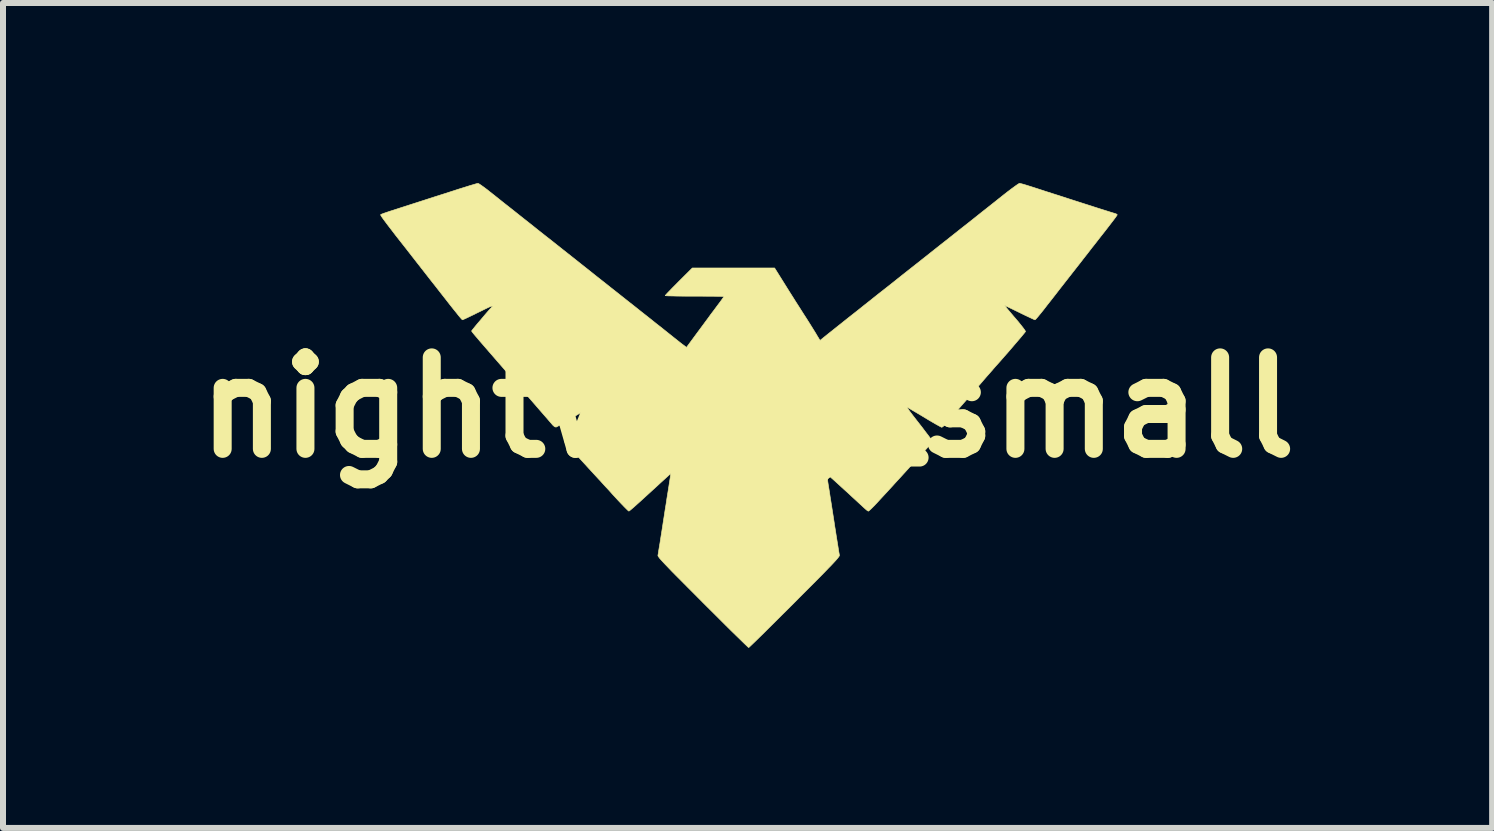
<source format=kicad_pcb>
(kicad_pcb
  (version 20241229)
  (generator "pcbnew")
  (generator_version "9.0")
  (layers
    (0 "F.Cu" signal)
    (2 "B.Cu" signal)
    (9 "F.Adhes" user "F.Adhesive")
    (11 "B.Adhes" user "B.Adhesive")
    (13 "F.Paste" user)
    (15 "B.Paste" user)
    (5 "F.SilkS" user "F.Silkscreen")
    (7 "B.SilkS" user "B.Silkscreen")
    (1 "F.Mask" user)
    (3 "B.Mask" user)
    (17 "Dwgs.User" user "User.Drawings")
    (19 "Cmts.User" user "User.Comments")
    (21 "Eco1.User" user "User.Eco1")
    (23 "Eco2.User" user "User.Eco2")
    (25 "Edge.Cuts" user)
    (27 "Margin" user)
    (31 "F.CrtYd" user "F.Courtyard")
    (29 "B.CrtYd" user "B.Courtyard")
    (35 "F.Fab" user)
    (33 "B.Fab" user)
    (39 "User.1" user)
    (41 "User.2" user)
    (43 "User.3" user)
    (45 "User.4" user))
  (footprint "nightwing_small"
    (layer "F.Cu")
    (at 9.405 3.739)
    (property "Reference" "nightwing_small" (at 0 0 0) (layer "F.SilkS") (effects (font (size 1.524 1.524) (thickness 0.3))))
    (attr through_hole)
    (fp_poly (pts (xy -4.474 -3.726) (xy -4.442 -3.705) (xy -4.397 -3.673) (xy -4.343 -3.633) (xy -4.302 -3.6) (xy -4.228 -3.542) (xy -4.144 -3.475) (xy -4.059 -3.407) (xy -3.981 -3.346) (xy -3.962 -3.331) (xy -3.891 -3.275) (xy -3.812 -3.212) (xy -3.734 -3.15) (xy -3.665 -3.096) (xy -3.645 -3.08) (xy -3.578 -3.027) (xy -3.501 -2.965) (xy -3.421 -2.902) (xy -3.349 -2.845) (xy -3.34 -2.838) (xy -3.273 -2.786) (xy -3.194 -2.723) (xy -3.111 -2.657) (xy -3.032 -2.595) (xy -2.997 -2.567) (xy -2.902 -2.492) (xy -2.814 -2.422) (xy -2.727 -2.353) (xy -2.636 -2.281) (xy -2.536 -2.201) (xy -2.432 -2.119) (xy -2.367 -2.068) (xy -2.287 -2.004) (xy -2.194 -1.931) (xy -2.092 -1.85) (xy -1.986 -1.766) (xy -1.879 -1.682) (xy -1.775 -1.599) (xy -1.677 -1.522) (xy -1.59 -1.453) (xy -1.518 -1.395) (xy -1.505 -1.385) (xy -1.438 -1.333) (xy -1.366 -1.275) (xy -1.297 -1.22) (xy -1.238 -1.173) (xy -1.232 -1.168) (xy -1.18 -1.127) (xy -1.13 -1.087) (xy -1.089 -1.055) (xy -1.064 -1.037) (xy -1.017 -1.001) (xy -0.836 -1.247) (xy -0.784 -1.317) (xy -0.736 -1.382) (xy -0.695 -1.438) (xy -0.662 -1.482) (xy -0.641 -1.511) (xy -0.635 -1.519) (xy -0.621 -1.539) (xy -0.594 -1.575) (xy -0.559 -1.621) (xy -0.519 -1.675) (xy -0.505 -1.694) (xy -0.465 -1.747) (xy -0.432 -1.792) (xy -0.408 -1.826) (xy -0.395 -1.845) (xy -0.394 -1.848) (xy -0.406 -1.849) (xy -0.441 -1.851) (xy -0.496 -1.852) (xy -0.568 -1.853) (xy -0.654 -1.853) (xy -0.752 -1.854) (xy -0.859 -1.854) (xy -0.883 -1.854) (xy -0.991 -1.854) (xy -1.092 -1.855) (xy -1.181 -1.856) (xy -1.256 -1.858) (xy -1.315 -1.859) (xy -1.354 -1.861) (xy -1.371 -1.863) (xy -1.372 -1.864) (xy -1.363 -1.875) (xy -1.339 -1.902) (xy -1.301 -1.941) (xy -1.253 -1.991) (xy -1.196 -2.048) (xy -1.146 -2.099) (xy -0.92 -2.324) (xy -0.235 -2.324) (xy 0.451 -2.324) (xy 0.635 -2.03) (xy 0.691 -1.94) (xy 0.75 -1.847) (xy 0.807 -1.756) (xy 0.861 -1.672) (xy 0.906 -1.601) (xy 0.93 -1.563) (xy 0.983 -1.481) (xy 1.026 -1.413) (xy 1.063 -1.354) (xy 1.099 -1.296) (xy 1.138 -1.233) (xy 1.163 -1.19) (xy 1.208 -1.117) (xy 1.318 -1.206) (xy 1.358 -1.238) (xy 1.415 -1.283) (xy 1.486 -1.34) (xy 1.568 -1.405) (xy 1.658 -1.477) (xy 1.753 -1.552) (xy 1.851 -1.629) (xy 1.947 -1.706) (xy 2.041 -1.78) (xy 2.127 -1.849) (xy 2.204 -1.91) (xy 2.235 -1.934) (xy 2.305 -1.989) (xy 2.384 -2.051) (xy 2.463 -2.114) (xy 2.527 -2.165) (xy 2.591 -2.216) (xy 2.667 -2.276) (xy 2.747 -2.339) (xy 2.822 -2.398) (xy 2.845 -2.416) (xy 2.91 -2.468) (xy 2.984 -2.526) (xy 3.063 -2.589) (xy 3.145 -2.654) (xy 3.227 -2.719) (xy 3.306 -2.781) (xy 3.378 -2.838) (xy 3.44 -2.887) (xy 3.489 -2.926) (xy 3.523 -2.953) (xy 3.531 -2.959) (xy 3.557 -2.98) (xy 3.598 -3.012) (xy 3.649 -3.052) (xy 3.705 -3.096) (xy 3.721 -3.109) (xy 3.769 -3.147) (xy 3.833 -3.198) (xy 3.908 -3.258) (xy 3.992 -3.324) (xy 4.079 -3.393) (xy 4.166 -3.462) (xy 4.187 -3.479) (xy 4.265 -3.541) (xy 4.338 -3.598) (xy 4.403 -3.647) (xy 4.458 -3.687) (xy 4.499 -3.716) (xy 4.524 -3.731) (xy 4.53 -3.734) (xy 4.552 -3.73) (xy 4.592 -3.72) (xy 4.642 -3.705) (xy 4.674 -3.695) (xy 4.75 -3.671) (xy 4.846 -3.64) (xy 4.959 -3.603) (xy 5.084 -3.563) (xy 5.216 -3.521) (xy 5.354 -3.476) (xy 5.491 -3.432) (xy 5.625 -3.389) (xy 5.751 -3.349) (xy 5.753 -3.348) (xy 5.843 -3.319) (xy 5.926 -3.293) (xy 5.999 -3.27) (xy 6.059 -3.251) (xy 6.102 -3.238) (xy 6.124 -3.232) (xy 6.125 -3.231) (xy 6.15 -3.221) (xy 6.16 -3.21) (xy 6.152 -3.198) (xy 6.131 -3.167) (xy 6.098 -3.123) (xy 6.055 -3.067) (xy 6.005 -3.002) (xy 5.954 -2.936) (xy 5.886 -2.85) (xy 5.813 -2.756) (xy 5.738 -2.661) (xy 5.668 -2.57) (xy 5.606 -2.491) (xy 5.585 -2.464) (xy 5.534 -2.398) (xy 5.485 -2.336) (xy 5.443 -2.282) (xy 5.41 -2.24) (xy 5.389 -2.213) (xy 5.387 -2.21) (xy 5.369 -2.188) (xy 5.339 -2.149) (xy 5.298 -2.097) (xy 5.249 -2.034) (xy 5.194 -1.964) (xy 5.144 -1.899) (xy 5.059 -1.79) (xy 4.988 -1.7) (xy 4.931 -1.626) (xy 4.885 -1.569) (xy 4.849 -1.525) (xy 4.823 -1.494) (xy 4.805 -1.474) (xy 4.793 -1.463) (xy 4.788 -1.461) (xy 4.774 -1.466) (xy 4.741 -1.481) (xy 4.692 -1.504) (xy 4.63 -1.533) (xy 4.56 -1.567) (xy 4.532 -1.581) (xy 4.46 -1.616) (xy 4.396 -1.647) (xy 4.344 -1.672) (xy 4.306 -1.689) (xy 4.287 -1.698) (xy 4.285 -1.698) (xy 4.292 -1.688) (xy 4.313 -1.662) (xy 4.346 -1.622) (xy 4.389 -1.571) (xy 4.439 -1.512) (xy 4.46 -1.488) (xy 4.512 -1.427) (xy 4.557 -1.371) (xy 4.594 -1.324) (xy 4.619 -1.289) (xy 4.631 -1.269) (xy 4.631 -1.266) (xy 4.622 -1.252) (xy 4.597 -1.222) (xy 4.561 -1.178) (xy 4.515 -1.124) (xy 4.461 -1.061) (xy 4.403 -0.993) (xy 4.342 -0.922) (xy 4.28 -0.852) (xy 4.221 -0.784) (xy 4.166 -0.722) (xy 4.145 -0.699) (xy 4.121 -0.672) (xy 4.084 -0.629) (xy 4.037 -0.575) (xy 3.983 -0.514) (xy 3.927 -0.449) (xy 3.918 -0.438) (xy 3.86 -0.371) (xy 3.803 -0.305) (xy 3.75 -0.244) (xy 3.705 -0.192) (xy 3.672 -0.155) (xy 3.67 -0.152) (xy 3.638 -0.115) (xy 3.592 -0.063) (xy 3.537 0.000041) (xy 3.477 0.07) (xy 3.414 0.142) (xy 3.352 0.213) (xy 3.296 0.278) (xy 3.281 0.295) (xy 3.257 0.318) (xy 3.238 0.33) (xy 3.236 0.33) (xy 3.221 0.324) (xy 3.188 0.306) (xy 3.139 0.279) (xy 3.079 0.244) (xy 3.009 0.203) (xy 2.96 0.173) (xy 2.885 0.128) (xy 2.816 0.087) (xy 2.756 0.052) (xy 2.709 0.024) (xy 2.679 0.006) (xy 2.669 0.001) (xy 2.663 0.003) (xy 2.674 0.023) (xy 2.7 0.061) (xy 2.741 0.115) (xy 2.742 0.117) (xy 2.832 0.233) (xy 2.908 0.33) (xy 2.968 0.41) (xy 3.016 0.472) (xy 3.05 0.519) (xy 3.072 0.55) (xy 3.082 0.568) (xy 3.083 0.572) (xy 3.074 0.584) (xy 3.051 0.611) (xy 3.017 0.648) (xy 2.982 0.687) (xy 2.939 0.735) (xy 2.898 0.779) (xy 2.865 0.815) (xy 2.849 0.833) (xy 2.83 0.854) (xy 2.798 0.889) (xy 2.755 0.936) (xy 2.703 0.992) (xy 2.646 1.055) (xy 2.585 1.122) (xy 2.524 1.189) (xy 2.464 1.254) (xy 2.409 1.315) (xy 2.36 1.368) (xy 2.321 1.411) (xy 2.293 1.441) (xy 2.28 1.455) (xy 2.28 1.455) (xy 2.267 1.469) (xy 2.24 1.498) (xy 2.203 1.538) (xy 2.16 1.585) (xy 2.148 1.598) (xy 2.103 1.645) (xy 2.064 1.684) (xy 2.034 1.712) (xy 2.017 1.726) (xy 2.014 1.727) (xy 2.007 1.725) (xy 1.997 1.719) (xy 1.98 1.706) (xy 1.955 1.684) (xy 1.919 1.651) (xy 1.87 1.606) (xy 1.804 1.545) (xy 1.79 1.532) (xy 1.743 1.489) (xy 1.696 1.445) (xy 1.657 1.409) (xy 1.65 1.403) (xy 1.62 1.376) (xy 1.576 1.336) (xy 1.524 1.288) (xy 1.47 1.239) (xy 1.457 1.227) (xy 1.409 1.184) (xy 1.369 1.15) (xy 1.339 1.127) (xy 1.323 1.118) (xy 1.321 1.119) (xy 1.323 1.138) (xy 1.328 1.176) (xy 1.336 1.229) (xy 1.345 1.289) (xy 1.353 1.337) (xy 1.364 1.405) (xy 1.377 1.492) (xy 1.393 1.591) (xy 1.41 1.7) (xy 1.428 1.815) (xy 1.446 1.931) (xy 1.446 1.937) (xy 1.464 2.047) (xy 1.48 2.15) (xy 1.495 2.243) (xy 1.508 2.324) (xy 1.518 2.389) (xy 1.526 2.435) (xy 1.53 2.459) (xy 1.531 2.462) (xy 1.53 2.469) (xy 1.525 2.48) (xy 1.514 2.495) (xy 1.497 2.517) (xy 1.472 2.546) (xy 1.438 2.583) (xy 1.395 2.629) (xy 1.34 2.685) (xy 1.274 2.754) (xy 1.194 2.835) (xy 1.1 2.93) (xy 0.991 3.039) (xy 0.865 3.165) (xy 0.785 3.246) (xy 0.67 3.361) (xy 0.56 3.47) (xy 0.457 3.573) (xy 0.361 3.668) (xy 0.275 3.754) (xy 0.198 3.829) (xy 0.134 3.892) (xy 0.082 3.942) (xy 0.045 3.977) (xy 0.024 3.997) (xy 0.019 4) (xy 0.008 3.992) (xy -0.019 3.966) (xy -0.062 3.925) (xy -0.118 3.87) (xy -0.187 3.803) (xy -0.268 3.724) (xy -0.358 3.635) (xy -0.456 3.537) (xy -0.562 3.431) (xy -0.674 3.32) (xy -0.747 3.247) (xy -0.882 3.111) (xy -1.001 2.992) (xy -1.103 2.889) (xy -1.191 2.801) (xy -1.265 2.726) (xy -1.326 2.662) (xy -1.376 2.61) (xy -1.415 2.568) (xy -1.445 2.535) (xy -1.467 2.51) (xy -1.481 2.49) (xy -1.49 2.477) (xy -1.493 2.467) (xy -1.493 2.462) (xy -1.489 2.443) (xy -1.483 2.402) (xy -1.473 2.342) (xy -1.46 2.265) (xy -1.446 2.174) (xy -1.43 2.073) (xy -1.413 1.965) (xy -1.409 1.937) (xy -1.391 1.822) (xy -1.374 1.711) (xy -1.357 1.607) (xy -1.343 1.513) (xy -1.33 1.433) (xy -1.32 1.371) (xy -1.314 1.33) (xy -1.313 1.327) (xy -1.304 1.268) (xy -1.295 1.211) (xy -1.288 1.166) (xy -1.287 1.156) (xy -1.278 1.099) (xy -1.443 1.249) (xy -1.51 1.311) (xy -1.589 1.383) (xy -1.671 1.458) (xy -1.749 1.529) (xy -1.786 1.563) (xy -1.843 1.614) (xy -1.893 1.659) (xy -1.934 1.694) (xy -1.963 1.718) (xy -1.977 1.727) (xy -1.977 1.727) (xy -1.99 1.718) (xy -2.016 1.693) (xy -2.055 1.654) (xy -2.102 1.605) (xy -2.156 1.548) (xy -2.214 1.485) (xy -2.242 1.455) (xy -2.273 1.42) (xy -2.316 1.372) (xy -2.366 1.319) (xy -2.416 1.264) (xy -2.46 1.215) (xy -2.469 1.206) (xy -2.531 1.139) (xy -2.598 1.066) (xy -2.665 0.993) (xy -2.729 0.923) (xy -2.786 0.861) (xy -2.83 0.812) (xy -2.84 0.801) (xy -2.881 0.756) (xy -2.929 0.704) (xy -2.974 0.656) (xy -2.975 0.655) (xy -3.008 0.619) (xy -3.033 0.59) (xy -3.047 0.574) (xy -3.048 0.571) (xy -3.04 0.559) (xy -3.02 0.53) (xy -2.988 0.487) (xy -2.948 0.433) (xy -2.901 0.371) (xy -2.851 0.304) (xy -2.798 0.236) (xy -2.747 0.169) (xy -2.698 0.107) (xy -2.654 0.052) (xy -2.641 0.035) (xy -2.619 0.007) (xy -2.608 -0.01) (xy -2.608 -0.013) (xy -2.62 -0.006) (xy -2.651 0.011) (xy -2.697 0.039) (xy -2.757 0.074) (xy -2.826 0.115) (xy -2.89 0.154) (xy -2.967 0.2) (xy -3.037 0.241) (xy -3.097 0.277) (xy -3.145 0.304) (xy -3.177 0.321) (xy -3.19 0.327) (xy -3.215 0.321) (xy -3.247 0.292) (xy -3.248 0.291) (xy -3.266 0.269) (xy -3.301 0.229) (xy -3.349 0.173) (xy -3.411 0.102) (xy -3.485 0.017) (xy -3.569 -0.08) (xy -3.663 -0.188) (xy -3.765 -0.306) (xy -3.874 -0.431) (xy -3.989 -0.563) (xy -4.068 -0.654) (xy -4.176 -0.778) (xy -4.268 -0.884) (xy -4.346 -0.974) (xy -4.411 -1.049) (xy -4.464 -1.11) (xy -4.506 -1.16) (xy -4.539 -1.198) (xy -4.563 -1.227) (xy -4.579 -1.247) (xy -4.59 -1.261) (xy -4.595 -1.27) (xy -4.597 -1.275) (xy -4.597 -1.275) (xy -4.59 -1.286) (xy -4.568 -1.313) (xy -4.537 -1.352) (xy -4.498 -1.399) (xy -4.454 -1.45) (xy -4.41 -1.502) (xy -4.368 -1.552) (xy -4.33 -1.596) (xy -4.301 -1.629) (xy -4.283 -1.649) (xy -4.28 -1.651) (xy -4.268 -1.665) (xy -4.256 -1.68) (xy -4.251 -1.688) (xy -4.253 -1.691) (xy -4.263 -1.689) (xy -4.286 -1.681) (xy -4.322 -1.665) (xy -4.374 -1.64) (xy -4.443 -1.606) (xy -4.534 -1.562) (xy -4.544 -1.556) (xy -4.609 -1.525) (xy -4.665 -1.498) (xy -4.71 -1.477) (xy -4.74 -1.464) (xy -4.749 -1.461) (xy -4.755 -1.464) (xy -4.768 -1.477) (xy -4.787 -1.499) (xy -4.815 -1.532) (xy -4.851 -1.578) (xy -4.899 -1.637) (xy -4.957 -1.71) (xy -5.027 -1.8) (xy -5.111 -1.907) (xy -5.209 -2.033) (xy -5.241 -2.073) (xy -5.293 -2.139) (xy -5.342 -2.202) (xy -5.385 -2.257) (xy -5.419 -2.301) (xy -5.442 -2.329) (xy -5.443 -2.332) (xy -5.477 -2.375) (xy -5.514 -2.422) (xy -5.528 -2.44) (xy -5.552 -2.471) (xy -5.588 -2.517) (xy -5.63 -2.571) (xy -5.673 -2.626) (xy -5.675 -2.629) (xy -5.775 -2.756) (xy -5.86 -2.864) (xy -5.93 -2.956) (xy -5.988 -3.031) (xy -6.033 -3.091) (xy -6.068 -3.138) (xy -6.092 -3.172) (xy -6.107 -3.195) (xy -6.113 -3.209) (xy -6.113 -3.213) (xy -6.097 -3.221) (xy -6.063 -3.234) (xy -6.013 -3.251) (xy -5.954 -3.271) (xy -5.944 -3.274) (xy -5.878 -3.295) (xy -5.789 -3.324) (xy -5.677 -3.36) (xy -5.544 -3.403) (xy -5.391 -3.452) (xy -5.218 -3.508) (xy -5.026 -3.569) (xy -4.816 -3.637) (xy -4.768 -3.652) (xy -4.691 -3.676) (xy -4.621 -3.698) (xy -4.562 -3.715) (xy -4.519 -3.728) (xy -4.494 -3.733) (xy -4.491 -3.734) (xy -4.474 -3.726)) (stroke (width 0.01) (type solid)) (fill yes) (layer "F.SilkS")))
  (gr_rect
    (start -3 -3)
    (end 21.811 10.744)
    (stroke (width 0.1) (type default))
    (fill no)
    (layer "Edge.Cuts")))
</source>
